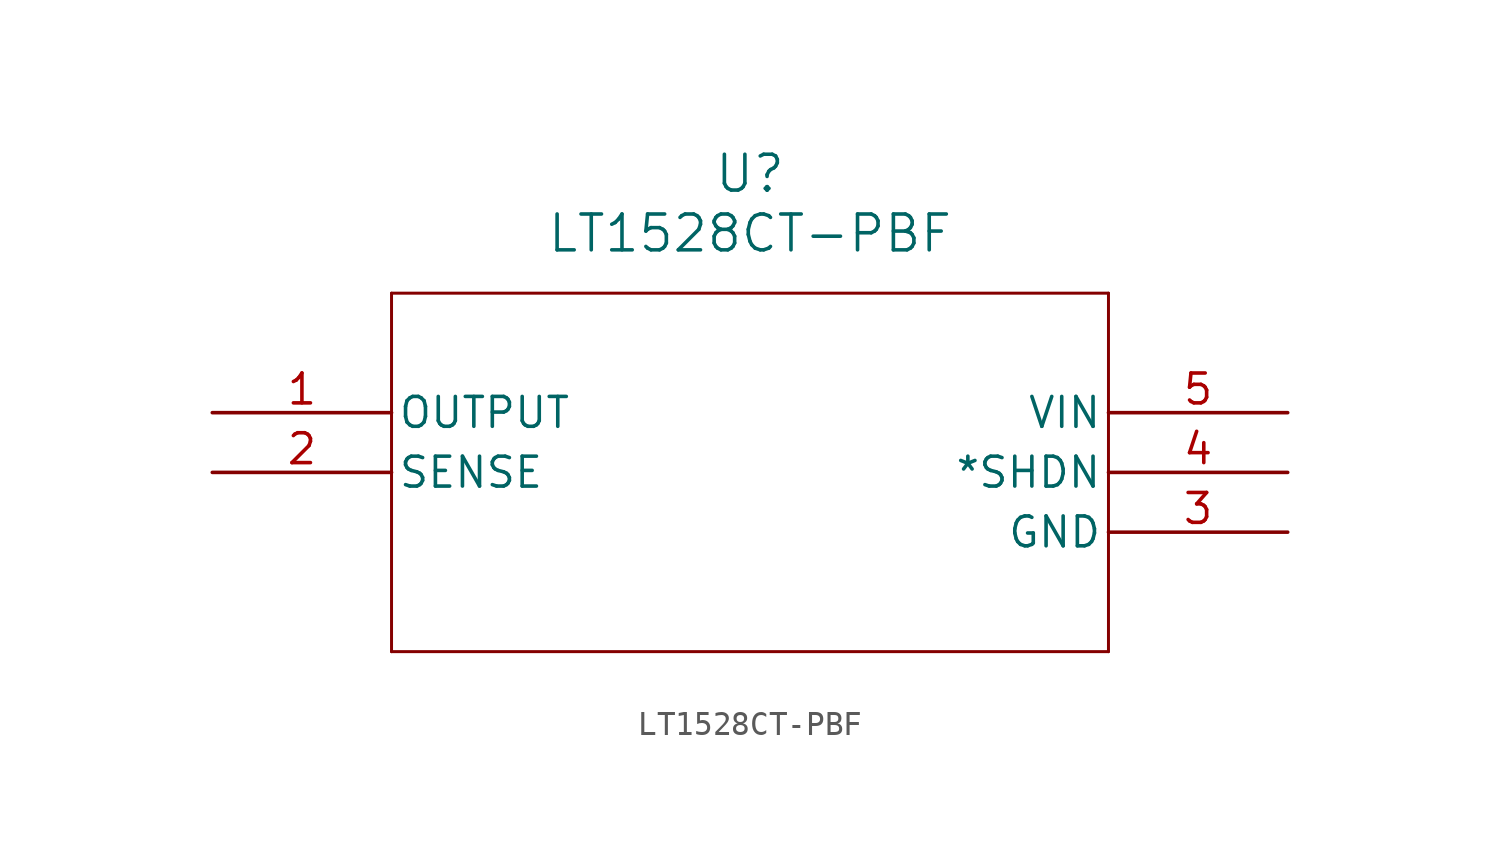
<source format=kicad_sym>
(kicad_symbol_lib
  (version 20211014)
  (generator kicad_symbol_editor)
  (symbol "LT1528CT-PBF"
    (pin_names
      (offset 0.254))
    (property "Reference" "U"
      (at 22.86 10.16 0)
      (effects (font (size 1.524 1.524))))
    (property "Value" "LT1528CT-PBF"
      (at 22.86 7.62 0)
      (effects (font (size 1.524 1.524))))
    (symbol "LT1528CT-PBF_0_1"
      (polyline (pts (xy 7.62 5.08) (xy 7.62 -10.16)) (stroke (width 0.127) (type default) (color 0 0 0 0)) (fill (type none)))
      (polyline (pts (xy 7.62 -10.16) (xy 38.1 -10.16)) (stroke (width 0.127) (type default) (color 0 0 0 0)) (fill (type none)))
      (polyline (pts (xy 38.1 -10.16) (xy 38.1 5.08)) (stroke (width 0.127) (type default) (color 0 0 0 0)) (fill (type none)))
      (polyline (pts (xy 38.1 5.08) (xy 7.62 5.08)) (stroke (width 0.127) (type default) (color 0 0 0 0)) (fill (type none)))
      (pin output line (at 0 0 0) (length 7.62) (name "OUTPUT" (effects (font (size 1.27 1.27)))) (number "1" (effects (font (size 1.27 1.27)))))
      (pin input line (at 0 -2.54 0) (length 7.62) (name "SENSE" (effects (font (size 1.27 1.27)))) (number "2" (effects (font (size 1.27 1.27)))))
      (pin power_in line (at 45.72 -5.08 180) (length 7.62) (name "GND" (effects (font (size 1.27 1.27)))) (number "3" (effects (font (size 1.27 1.27)))))
      (pin output line (at 45.72 -2.54 180) (length 7.62) (name "*SHDN" (effects (font (size 1.27 1.27)))) (number "4" (effects (font (size 1.27 1.27)))))
      (pin input line (at 45.72 0 180) (length 7.62) (name "VIN" (effects (font (size 1.27 1.27)))) (number "5" (effects (font (size 1.27 1.27))))))))
</source>
